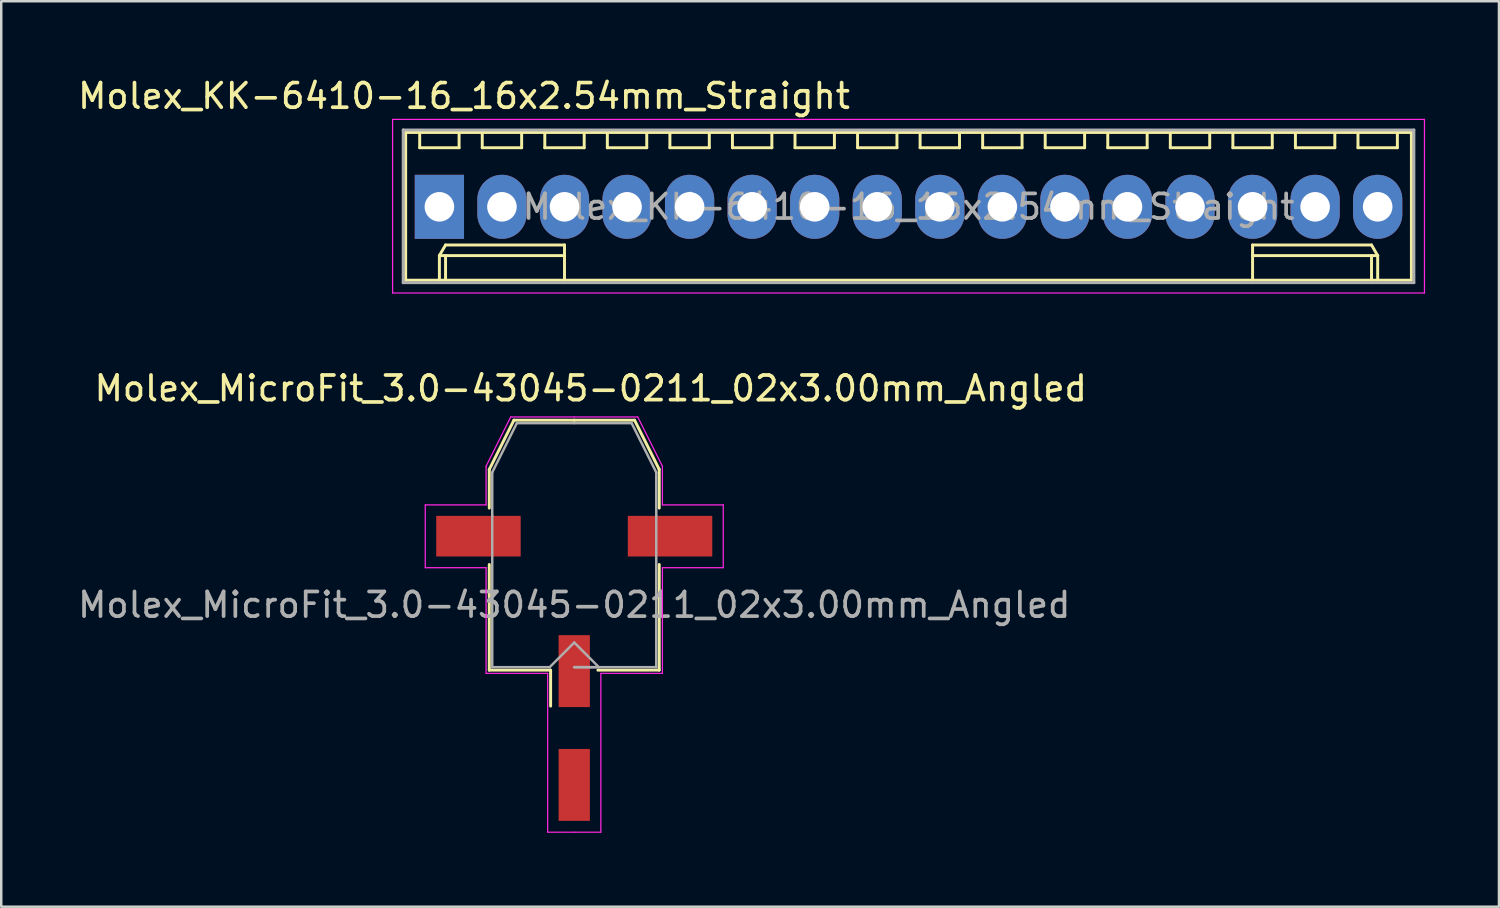
<source format=kicad_pcb>
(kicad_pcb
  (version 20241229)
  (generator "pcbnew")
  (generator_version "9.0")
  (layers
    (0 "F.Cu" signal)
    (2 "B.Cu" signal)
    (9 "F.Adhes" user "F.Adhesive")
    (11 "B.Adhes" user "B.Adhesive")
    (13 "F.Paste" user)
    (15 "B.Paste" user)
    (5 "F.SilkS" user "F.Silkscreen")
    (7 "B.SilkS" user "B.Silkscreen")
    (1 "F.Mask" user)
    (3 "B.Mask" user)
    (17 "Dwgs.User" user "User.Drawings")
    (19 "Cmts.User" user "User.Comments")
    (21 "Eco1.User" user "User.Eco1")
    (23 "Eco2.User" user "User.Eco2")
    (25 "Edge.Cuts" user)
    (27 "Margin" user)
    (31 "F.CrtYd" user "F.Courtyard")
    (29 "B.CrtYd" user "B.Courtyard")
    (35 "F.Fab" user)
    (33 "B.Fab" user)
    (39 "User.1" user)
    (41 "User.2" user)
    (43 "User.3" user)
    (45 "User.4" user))
  (footprint "Molex_MicroFit_3.0-43045-0211_02x3.00mm_Angled"
    (layer "F.Cu")
    (at 20.268 26.512)
    (property "Reference" "Molex_MicroFit_3.0-43045-0211_02x3.00mm_Angled" (at 0.67 -13.79 0) (layer "F.SilkS") (effects (font (size 1 1) (thickness 0.15))))
    (attr smd)
    (fp_line (start -3.45 -10.5) (end -3.45 -8.93) (stroke (width 0.12) (type solid)) (layer "F.SilkS"))
    (fp_line (start -3.45 -6.64) (end -3.45 -2.35) (stroke (width 0.12) (type solid)) (layer "F.SilkS"))
    (fp_line (start -3.45 -2.35) (end -0.96 -2.35) (stroke (width 0.12) (type solid)) (layer "F.SilkS"))
    (fp_line (start -2.45 -12.5) (end -3.45 -10.5) (stroke (width 0.12) (type solid)) (layer "F.SilkS"))
    (fp_line (start -0.96 -2.35) (end -0.96 -0.89) (stroke (width 0.12) (type solid)) (layer "F.SilkS"))
    (fp_line (start 0 -12.5) (end -2.45 -12.5) (stroke (width 0.12) (type solid)) (layer "F.SilkS"))
    (fp_line (start 0 -12.5) (end 2.45 -12.5) (stroke (width 0.12) (type solid)) (layer "F.SilkS"))
    (fp_line (start 2.45 -12.5) (end 3.45 -10.5) (stroke (width 0.12) (type solid)) (layer "F.SilkS"))
    (fp_line (start 3.45 -10.5) (end 3.45 -8.93) (stroke (width 0.12) (type solid)) (layer "F.SilkS"))
    (fp_line (start 3.45 -6.64) (end 3.45 -2.35) (stroke (width 0.12) (type solid)) (layer "F.SilkS"))
    (fp_line (start 3.45 -2.35) (end 0.96 -2.35) (stroke (width 0.12) (type solid)) (layer "F.SilkS"))
    (fp_line (start -6.05 -9.06) (end -6.05 -6.51) (stroke (width 0.05) (type solid)) (layer "F.CrtYd"))
    (fp_line (start -6.05 -6.51) (end -3.58 -6.51) (stroke (width 0.05) (type solid)) (layer "F.CrtYd"))
    (fp_line (start -3.58 -10.63) (end -3.58 -9.06) (stroke (width 0.05) (type solid)) (layer "F.CrtYd"))
    (fp_line (start -3.58 -9.06) (end -6.05 -9.06) (stroke (width 0.05) (type solid)) (layer "F.CrtYd"))
    (fp_line (start -3.58 -6.51) (end -3.58 -2.22) (stroke (width 0.05) (type solid)) (layer "F.CrtYd"))
    (fp_line (start -3.58 -2.22) (end -1.08 -2.22) (stroke (width 0.05) (type solid)) (layer "F.CrtYd"))
    (fp_line (start -2.58 -12.63) (end -3.58 -10.63) (stroke (width 0.05) (type solid)) (layer "F.CrtYd"))
    (fp_line (start -1.08 -2.22) (end -1.08 4.23) (stroke (width 0.05) (type solid)) (layer "F.CrtYd"))
    (fp_line (start -1.08 4.23) (end 0 4.23) (stroke (width 0.05) (type solid)) (layer "F.CrtYd"))
    (fp_line (start 0 -12.63) (end -2.58 -12.63) (stroke (width 0.05) (type solid)) (layer "F.CrtYd"))
    (fp_line (start 0 -12.63) (end 2.58 -12.63) (stroke (width 0.05) (type solid)) (layer "F.CrtYd"))
    (fp_line (start 1.08 -2.22) (end 1.08 4.23) (stroke (width 0.05) (type solid)) (layer "F.CrtYd"))
    (fp_line (start 1.08 4.23) (end 0 4.23) (stroke (width 0.05) (type solid)) (layer "F.CrtYd"))
    (fp_line (start 2.58 -12.63) (end 3.58 -10.63) (stroke (width 0.05) (type solid)) (layer "F.CrtYd"))
    (fp_line (start 3.58 -10.63) (end 3.58 -9.06) (stroke (width 0.05) (type solid)) (layer "F.CrtYd"))
    (fp_line (start 3.58 -9.06) (end 6.05 -9.06) (stroke (width 0.05) (type solid)) (layer "F.CrtYd"))
    (fp_line (start 3.58 -6.51) (end 3.58 -2.22) (stroke (width 0.05) (type solid)) (layer "F.CrtYd"))
    (fp_line (start 3.58 -2.22) (end 1.08 -2.22) (stroke (width 0.05) (type solid)) (layer "F.CrtYd"))
    (fp_line (start 6.05 -9.06) (end 6.05 -6.51) (stroke (width 0.05) (type solid)) (layer "F.CrtYd"))
    (fp_line (start 6.05 -6.51) (end 3.58 -6.51) (stroke (width 0.05) (type solid)) (layer "F.CrtYd"))
    (fp_line (start -3.33 -10.38) (end -3.33 -8.61) (stroke (width 0.1) (type solid)) (layer "F.Fab"))
    (fp_line (start -3.33 -8.61) (end -3.33 -2.47) (stroke (width 0.1) (type solid)) (layer "F.Fab"))
    (fp_line (start -3.33 -2.47) (end -1 -2.47) (stroke (width 0.1) (type solid)) (layer "F.Fab"))
    (fp_line (start -2.33 -12.38) (end -3.33 -10.38) (stroke (width 0.1) (type solid)) (layer "F.Fab"))
    (fp_line (start -1 -2.47) (end 0 -3.47) (stroke (width 0.1) (type solid)) (layer "F.Fab"))
    (fp_line (start 0 -12.38) (end -2.33 -12.38) (stroke (width 0.1) (type solid)) (layer "F.Fab"))
    (fp_line (start 0 -12.38) (end 2.33 -12.38) (stroke (width 0.1) (type solid)) (layer "F.Fab"))
    (fp_line (start 0 -3.47) (end 1 -2.47) (stroke (width 0.1) (type solid)) (layer "F.Fab"))
    (fp_line (start 0.64 -2.47) (end 0 -2.47) (stroke (width 0.1) (type solid)) (layer "F.Fab"))
    (fp_line (start 1 -2.47) (end 0 -2.47) (stroke (width 0.1) (type solid)) (layer "F.Fab"))
    (fp_line (start 2.33 -12.38) (end 3.33 -10.38) (stroke (width 0.1) (type solid)) (layer "F.Fab"))
    (fp_line (start 3.33 -10.38) (end 3.33 -8.61) (stroke (width 0.1) (type solid)) (layer "F.Fab"))
    (fp_line (start 3.33 -8.61) (end 3.33 -2.47) (stroke (width 0.1) (type solid)) (layer "F.Fab"))
    (fp_line (start 3.33 -2.47) (end 0.64 -2.47) (stroke (width 0.1) (type solid)) (layer "F.Fab"))
    (fp_text user "${REFERENCE}" (at 0 -5 0) (layer "F.Fab") (effects (font (size 1 1) (thickness 0.15))))
    (pad "" smd rect (at -3.89 -7.79) (size 3.43 1.65) (layers "F.Cu" "F.Mask" "F.Paste"))
    (pad "" smd rect (at 3.89 -7.79) (size 3.43 1.65) (layers "F.Cu" "F.Mask" "F.Paste"))
    (pad "1" smd rect (at 0 -2.31) (size 1.27 2.92) (layers "F.Cu" "F.Mask" "F.Paste"))
    (pad "2" smd rect (at 0 2.31) (size 1.27 2.92) (layers "F.Cu" "F.Mask" "F.Paste")))
  (footprint "Molex_KK-6410-16_16x2.54mm_Straight"
    (layer "F.Cu")
    (at 14.792 5.348)
    (property "Reference" "Molex_KK-6410-16_16x2.54mm_Straight" (at 1 -4.5 0) (layer "F.SilkS") (effects (font (size 1 1) (thickness 0.15))))
    (attr through_hole)
    (fp_line (start -1.37 -3.02) (end -1.37 2.98) (stroke (width 0.12) (type solid)) (layer "F.SilkS"))
    (fp_line (start -1.37 2.98) (end 39.47 2.98) (stroke (width 0.12) (type solid)) (layer "F.SilkS"))
    (fp_line (start -0.8 -3.02) (end -0.8 -2.4) (stroke (width 0.12) (type solid)) (layer "F.SilkS"))
    (fp_line (start -0.8 -2.4) (end 0.8 -2.4) (stroke (width 0.12) (type solid)) (layer "F.SilkS"))
    (fp_line (start 0 1.98) (end 0.25 1.55) (stroke (width 0.12) (type solid)) (layer "F.SilkS"))
    (fp_line (start 0 1.98) (end 5.08 1.98) (stroke (width 0.12) (type solid)) (layer "F.SilkS"))
    (fp_line (start 0 2.98) (end 0 1.98) (stroke (width 0.12) (type solid)) (layer "F.SilkS"))
    (fp_line (start 0.25 1.55) (end 5.08 1.55) (stroke (width 0.12) (type solid)) (layer "F.SilkS"))
    (fp_line (start 0.25 2.98) (end 0.25 1.98) (stroke (width 0.12) (type solid)) (layer "F.SilkS"))
    (fp_line (start 0.8 -2.4) (end 0.8 -3.02) (stroke (width 0.12) (type solid)) (layer "F.SilkS"))
    (fp_line (start 1.74 -3.02) (end 1.74 -2.4) (stroke (width 0.12) (type solid)) (layer "F.SilkS"))
    (fp_line (start 1.74 -2.4) (end 3.34 -2.4) (stroke (width 0.12) (type solid)) (layer "F.SilkS"))
    (fp_line (start 3.34 -2.4) (end 3.34 -3.02) (stroke (width 0.12) (type solid)) (layer "F.SilkS"))
    (fp_line (start 4.28 -3.02) (end 4.28 -2.4) (stroke (width 0.12) (type solid)) (layer "F.SilkS"))
    (fp_line (start 4.28 -2.4) (end 5.88 -2.4) (stroke (width 0.12) (type solid)) (layer "F.SilkS"))
    (fp_line (start 5.08 1.55) (end 5.08 1.98) (stroke (width 0.12) (type solid)) (layer "F.SilkS"))
    (fp_line (start 5.08 1.98) (end 5.08 2.98) (stroke (width 0.12) (type solid)) (layer "F.SilkS"))
    (fp_line (start 5.88 -2.4) (end 5.88 -3.02) (stroke (width 0.12) (type solid)) (layer "F.SilkS"))
    (fp_line (start 6.82 -3.02) (end 6.82 -2.4) (stroke (width 0.12) (type solid)) (layer "F.SilkS"))
    (fp_line (start 6.82 -2.4) (end 8.42 -2.4) (stroke (width 0.12) (type solid)) (layer "F.SilkS"))
    (fp_line (start 8.42 -2.4) (end 8.42 -3.02) (stroke (width 0.12) (type solid)) (layer "F.SilkS"))
    (fp_line (start 9.36 -3.02) (end 9.36 -2.4) (stroke (width 0.12) (type solid)) (layer "F.SilkS"))
    (fp_line (start 9.36 -2.4) (end 10.96 -2.4) (stroke (width 0.12) (type solid)) (layer "F.SilkS"))
    (fp_line (start 10.96 -2.4) (end 10.96 -3.02) (stroke (width 0.12) (type solid)) (layer "F.SilkS"))
    (fp_line (start 11.9 -3.02) (end 11.9 -2.4) (stroke (width 0.12) (type solid)) (layer "F.SilkS"))
    (fp_line (start 11.9 -2.4) (end 13.5 -2.4) (stroke (width 0.12) (type solid)) (layer "F.SilkS"))
    (fp_line (start 13.5 -2.4) (end 13.5 -3.02) (stroke (width 0.12) (type solid)) (layer "F.SilkS"))
    (fp_line (start 14.44 -3.02) (end 14.44 -2.4) (stroke (width 0.12) (type solid)) (layer "F.SilkS"))
    (fp_line (start 14.44 -2.4) (end 16.04 -2.4) (stroke (width 0.12) (type solid)) (layer "F.SilkS"))
    (fp_line (start 16.04 -2.4) (end 16.04 -3.02) (stroke (width 0.12) (type solid)) (layer "F.SilkS"))
    (fp_line (start 16.98 -3.02) (end 16.98 -2.4) (stroke (width 0.12) (type solid)) (layer "F.SilkS"))
    (fp_line (start 16.98 -2.4) (end 18.58 -2.4) (stroke (width 0.12) (type solid)) (layer "F.SilkS"))
    (fp_line (start 18.58 -2.4) (end 18.58 -3.02) (stroke (width 0.12) (type solid)) (layer "F.SilkS"))
    (fp_line (start 19.52 -3.02) (end 19.52 -2.4) (stroke (width 0.12) (type solid)) (layer "F.SilkS"))
    (fp_line (start 19.52 -2.4) (end 21.12 -2.4) (stroke (width 0.12) (type solid)) (layer "F.SilkS"))
    (fp_line (start 21.12 -2.4) (end 21.12 -3.02) (stroke (width 0.12) (type solid)) (layer "F.SilkS"))
    (fp_line (start 22.06 -3.02) (end 22.06 -2.4) (stroke (width 0.12) (type solid)) (layer "F.SilkS"))
    (fp_line (start 22.06 -2.4) (end 23.66 -2.4) (stroke (width 0.12) (type solid)) (layer "F.SilkS"))
    (fp_line (start 23.66 -2.4) (end 23.66 -3.02) (stroke (width 0.12) (type solid)) (layer "F.SilkS"))
    (fp_line (start 24.6 -3.02) (end 24.6 -2.4) (stroke (width 0.12) (type solid)) (layer "F.SilkS"))
    (fp_line (start 24.6 -2.4) (end 26.2 -2.4) (stroke (width 0.12) (type solid)) (layer "F.SilkS"))
    (fp_line (start 26.2 -2.4) (end 26.2 -3.02) (stroke (width 0.12) (type solid)) (layer "F.SilkS"))
    (fp_line (start 27.14 -3.02) (end 27.14 -2.4) (stroke (width 0.12) (type solid)) (layer "F.SilkS"))
    (fp_line (start 27.14 -2.4) (end 28.74 -2.4) (stroke (width 0.12) (type solid)) (layer "F.SilkS"))
    (fp_line (start 28.74 -2.4) (end 28.74 -3.02) (stroke (width 0.12) (type solid)) (layer "F.SilkS"))
    (fp_line (start 29.68 -3.02) (end 29.68 -2.4) (stroke (width 0.12) (type solid)) (layer "F.SilkS"))
    (fp_line (start 29.68 -2.4) (end 31.28 -2.4) (stroke (width 0.12) (type solid)) (layer "F.SilkS"))
    (fp_line (start 31.28 -2.4) (end 31.28 -3.02) (stroke (width 0.12) (type solid)) (layer "F.SilkS"))
    (fp_line (start 32.22 -3.02) (end 32.22 -2.4) (stroke (width 0.12) (type solid)) (layer "F.SilkS"))
    (fp_line (start 32.22 -2.4) (end 33.82 -2.4) (stroke (width 0.12) (type solid)) (layer "F.SilkS"))
    (fp_line (start 33.02 1.55) (end 33.02 1.98) (stroke (width 0.12) (type solid)) (layer "F.SilkS"))
    (fp_line (start 33.02 1.98) (end 33.02 2.98) (stroke (width 0.12) (type solid)) (layer "F.SilkS"))
    (fp_line (start 33.82 -2.4) (end 33.82 -3.02) (stroke (width 0.12) (type solid)) (layer "F.SilkS"))
    (fp_line (start 34.76 -3.02) (end 34.76 -2.4) (stroke (width 0.12) (type solid)) (layer "F.SilkS"))
    (fp_line (start 34.76 -2.4) (end 36.36 -2.4) (stroke (width 0.12) (type solid)) (layer "F.SilkS"))
    (fp_line (start 36.36 -2.4) (end 36.36 -3.02) (stroke (width 0.12) (type solid)) (layer "F.SilkS"))
    (fp_line (start 37.3 -3.02) (end 37.3 -2.4) (stroke (width 0.12) (type solid)) (layer "F.SilkS"))
    (fp_line (start 37.3 -2.4) (end 38.9 -2.4) (stroke (width 0.12) (type solid)) (layer "F.SilkS"))
    (fp_line (start 37.85 1.55) (end 33.02 1.55) (stroke (width 0.12) (type solid)) (layer "F.SilkS"))
    (fp_line (start 37.85 2.98) (end 37.85 1.98) (stroke (width 0.12) (type solid)) (layer "F.SilkS"))
    (fp_line (start 38.1 1.98) (end 33.02 1.98) (stroke (width 0.12) (type solid)) (layer "F.SilkS"))
    (fp_line (start 38.1 1.98) (end 37.85 1.55) (stroke (width 0.12) (type solid)) (layer "F.SilkS"))
    (fp_line (start 38.1 2.98) (end 38.1 1.98) (stroke (width 0.12) (type solid)) (layer "F.SilkS"))
    (fp_line (start 38.9 -2.4) (end 38.9 -3.02) (stroke (width 0.12) (type solid)) (layer "F.SilkS"))
    (fp_line (start 39.47 -3.02) (end -1.37 -3.02) (stroke (width 0.12) (type solid)) (layer "F.SilkS"))
    (fp_line (start 39.47 2.98) (end 39.47 -3.02) (stroke (width 0.12) (type solid)) (layer "F.SilkS"))
    (fp_line (start -1.9 -3.55) (end 40 -3.55) (stroke (width 0.05) (type solid)) (layer "F.CrtYd"))
    (fp_line (start -1.9 3.5) (end -1.9 -3.55) (stroke (width 0.05) (type solid)) (layer "F.CrtYd"))
    (fp_line (start 40 -3.55) (end 40 3.5) (stroke (width 0.05) (type solid)) (layer "F.CrtYd"))
    (fp_line (start 40 3.5) (end -1.9 3.5) (stroke (width 0.05) (type solid)) (layer "F.CrtYd"))
    (fp_line (start -1.47 -3.12) (end -1.47 3.08) (stroke (width 0.12) (type solid)) (layer "F.Fab"))
    (fp_line (start -1.47 3.08) (end 39.57 3.08) (stroke (width 0.12) (type solid)) (layer "F.Fab"))
    (fp_line (start 39.57 -3.12) (end -1.47 -3.12) (stroke (width 0.12) (type solid)) (layer "F.Fab"))
    (fp_line (start 39.57 3.08) (end 39.57 -3.12) (stroke (width 0.12) (type solid)) (layer "F.Fab"))
    (fp_text user "${REFERENCE}" (at 19.05 0 0) (layer "F.Fab") (effects (font (size 1 1) (thickness 0.15))))
    (pad "1" thru_hole rect (at 0 0) (size 2 2.6) (drill 1.2) (layers "*.Cu" "*.Mask"))
    (pad "2" thru_hole oval (at 2.54 0) (size 2 2.6) (drill 1.2) (layers "*.Cu" "*.Mask"))
    (pad "3" thru_hole oval (at 5.08 0) (size 2 2.6) (drill 1.2) (layers "*.Cu" "*.Mask"))
    (pad "4" thru_hole oval (at 7.62 0) (size 2 2.6) (drill 1.2) (layers "*.Cu" "*.Mask"))
    (pad "5" thru_hole oval (at 10.16 0) (size 2 2.6) (drill 1.2) (layers "*.Cu" "*.Mask"))
    (pad "6" thru_hole oval (at 12.7 0) (size 2 2.6) (drill 1.2) (layers "*.Cu" "*.Mask"))
    (pad "7" thru_hole oval (at 15.24 0) (size 2 2.6) (drill 1.2) (layers "*.Cu" "*.Mask"))
    (pad "8" thru_hole oval (at 17.78 0) (size 2 2.6) (drill 1.2) (layers "*.Cu" "*.Mask"))
    (pad "9" thru_hole oval (at 20.32 0) (size 2 2.6) (drill 1.2) (layers "*.Cu" "*.Mask"))
    (pad "10" thru_hole oval (at 22.86 0) (size 2 2.6) (drill 1.2) (layers "*.Cu" "*.Mask"))
    (pad "11" thru_hole oval (at 25.4 0) (size 2 2.6) (drill 1.2) (layers "*.Cu" "*.Mask"))
    (pad "12" thru_hole oval (at 27.94 0) (size 2 2.6) (drill 1.2) (layers "*.Cu" "*.Mask"))
    (pad "13" thru_hole oval (at 30.48 0) (size 2 2.6) (drill 1.2) (layers "*.Cu" "*.Mask"))
    (pad "14" thru_hole oval (at 33.02 0) (size 2 2.6) (drill 1.2) (layers "*.Cu" "*.Mask"))
    (pad "15" thru_hole oval (at 35.56 0) (size 2 2.6) (drill 1.2) (layers "*.Cu" "*.Mask"))
    (pad "16" thru_hole oval (at 38.1 0) (size 2 2.6) (drill 1.2) (layers "*.Cu" "*.Mask")))
  (gr_rect
    (start -3 -3)
    (end 57.817 33.767)
    (stroke (width 0.1) (type default))
    (fill no)
    (layer "Edge.Cuts")))
</source>
